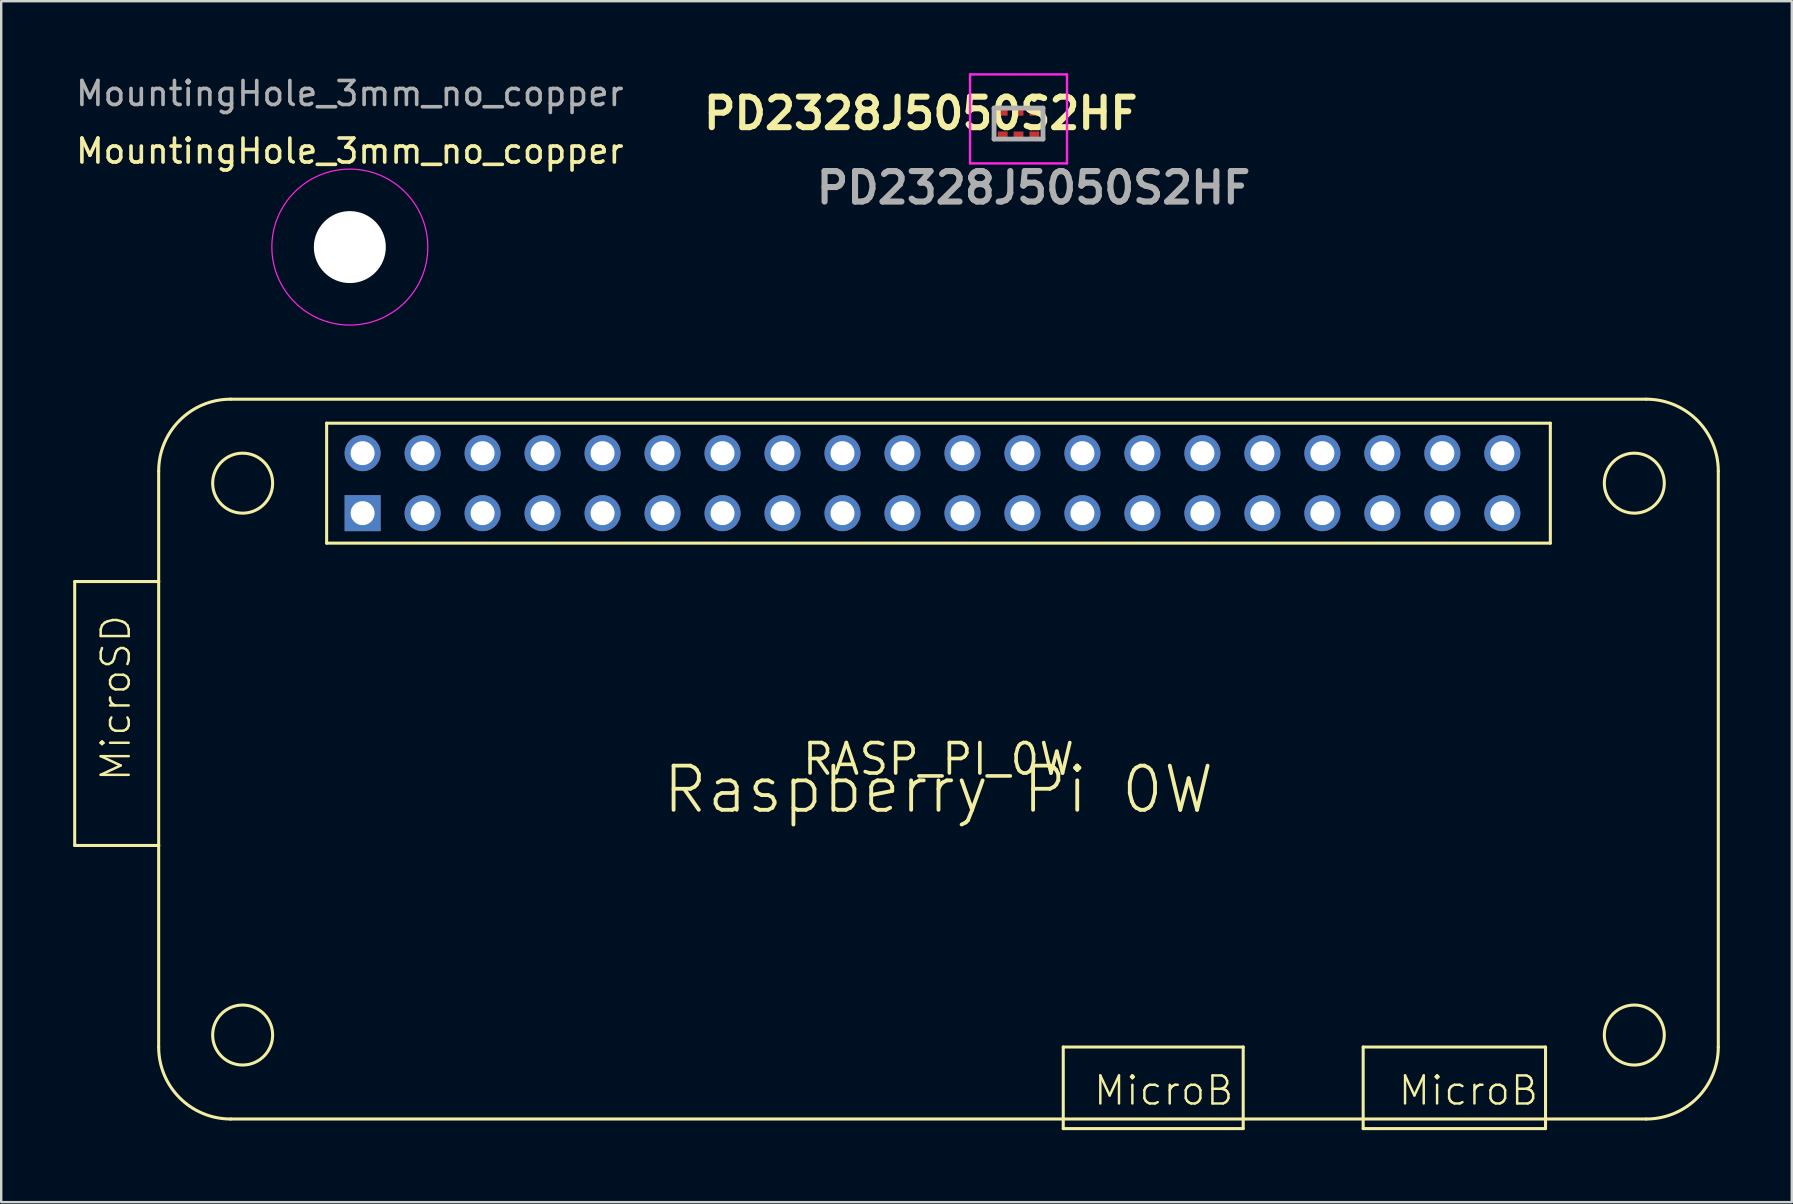
<source format=kicad_pcb>
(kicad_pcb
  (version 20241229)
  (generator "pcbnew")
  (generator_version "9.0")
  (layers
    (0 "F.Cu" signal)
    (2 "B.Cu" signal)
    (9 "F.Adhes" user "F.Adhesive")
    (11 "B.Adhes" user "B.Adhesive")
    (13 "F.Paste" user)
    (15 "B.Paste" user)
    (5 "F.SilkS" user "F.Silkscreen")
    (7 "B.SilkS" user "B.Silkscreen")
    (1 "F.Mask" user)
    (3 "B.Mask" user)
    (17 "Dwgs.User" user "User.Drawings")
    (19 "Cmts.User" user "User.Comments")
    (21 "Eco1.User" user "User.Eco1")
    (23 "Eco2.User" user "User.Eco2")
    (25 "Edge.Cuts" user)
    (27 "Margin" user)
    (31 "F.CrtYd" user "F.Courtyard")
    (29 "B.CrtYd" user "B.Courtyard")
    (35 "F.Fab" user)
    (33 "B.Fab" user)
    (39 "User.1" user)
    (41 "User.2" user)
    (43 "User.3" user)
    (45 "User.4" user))
  (footprint "PD2328J5050S2HF"
    (layer "F.Cu")
    (at 39.399 2.1)
    (property "Reference" "PD2328J5050S2HF" (at -4.075 -0.425 0) (layer "F.SilkS") (effects (font (size 1.27 1.27) (thickness 0.254))))
    (attr smd)
    (fp_line (start 0.6 -1) (end 0.6 -1) (stroke (width 0.1) (type solid)) (layer "F.SilkS"))
    (fp_line (start 0.7 -1) (end 0.7 -1) (stroke (width 0.1) (type solid)) (layer "F.SilkS"))
    (fp_arc (start 0.6 -1) (mid 0.65 -1.05) (end 0.7 -1) (stroke (width 0.1) (type solid)) (layer "F.SilkS"))
    (fp_arc (start 0.7 -1) (mid 0.65 -0.95) (end 0.6 -1) (stroke (width 0.1) (type solid)) (layer "F.SilkS"))
    (fp_line (start -2.02 -2.05) (end 2.02 -2.05) (stroke (width 0.1) (type solid)) (layer "F.CrtYd"))
    (fp_line (start -2.02 1.66) (end -2.02 -2.05) (stroke (width 0.1) (type solid)) (layer "F.CrtYd"))
    (fp_line (start 2.02 -2.05) (end 2.02 1.66) (stroke (width 0.1) (type solid)) (layer "F.CrtYd"))
    (fp_line (start 2.02 1.66) (end -2.02 1.66) (stroke (width 0.1) (type solid)) (layer "F.CrtYd"))
    (fp_line (start -1.02 -0.645) (end 1.02 -0.645) (stroke (width 0.2) (type solid)) (layer "F.Fab"))
    (fp_line (start -1.02 0.645) (end -1.02 -0.645) (stroke (width 0.2) (type solid)) (layer "F.Fab"))
    (fp_line (start 1.02 -0.645) (end 1.02 0.645) (stroke (width 0.2) (type solid)) (layer "F.Fab"))
    (fp_line (start 1.02 0.645) (end -1.02 0.645) (stroke (width 0.2) (type solid)) (layer "F.Fab"))
    (fp_text user "${REFERENCE}" (at 0.625 2.675 0) (layer "F.Fab") (effects (font (size 1.27 1.27) (thickness 0.254))))
    (pad "1" smd rect (at 0.66 -0.495 90) (size 0.33 0.41) (layers "F.Cu" "F.Mask" "F.Paste"))
    (pad "2" smd rect (at 0 -0.495 90) (size 0.33 0.41) (layers "F.Cu" "F.Mask" "F.Paste"))
    (pad "3" smd rect (at -0.66 -0.495 90) (size 0.33 0.41) (layers "F.Cu" "F.Mask" "F.Paste"))
    (pad "4" smd rect (at -0.66 0.495 90) (size 0.33 0.41) (layers "F.Cu" "F.Mask" "F.Paste"))
    (pad "5" smd rect (at 0 0.495 90) (size 0.33 0.41) (layers "F.Cu" "F.Mask" "F.Paste"))
    (pad "6" smd rect (at 0.66 0.495 90) (size 0.33 0.41) (layers "F.Cu" "F.Mask" "F.Paste")))
  (footprint "RASP_PI_0W"
    (layer "F.Cu")
    (at 36.063 28.587)
    (property "Reference" "RASP_PI_0W" (at 0 0 0) (layer "F.SilkS") (effects (font (size 1.27 1.27) (thickness 0.15))))
    (fp_line (start -36 -7.4) (end -32.5 -7.4) (stroke (width 0.127) (type solid)) (layer "F.SilkS"))
    (fp_line (start -36 3.6) (end -36 -7.4) (stroke (width 0.127) (type solid)) (layer "F.SilkS"))
    (fp_line (start -36 3.6) (end -32.5 3.6) (stroke (width 0.127) (type solid)) (layer "F.SilkS"))
    (fp_line (start -32.5 -7.4) (end -32.5 -12) (stroke (width 0.127) (type solid)) (layer "F.SilkS"))
    (fp_line (start -32.5 3.6) (end -32.5 -7.4) (stroke (width 0.127) (type solid)) (layer "F.SilkS"))
    (fp_line (start -32.5 12) (end -32.5 3.6) (stroke (width 0.127) (type solid)) (layer "F.SilkS"))
    (fp_line (start -29.5 -15) (end 29.5 -15) (stroke (width 0.127) (type solid)) (layer "F.SilkS"))
    (fp_line (start -25.5 -14) (end 25.5 -14) (stroke (width 0.127) (type solid)) (layer "F.SilkS"))
    (fp_line (start -25.5 -9) (end -25.5 -14) (stroke (width 0.127) (type solid)) (layer "F.SilkS"))
    (fp_line (start 5.2 12) (end 12.7 12) (stroke (width 0.127) (type solid)) (layer "F.SilkS"))
    (fp_line (start 5.2 15.4) (end 5.2 12) (stroke (width 0.127) (type solid)) (layer "F.SilkS"))
    (fp_line (start 5.2 15.4) (end 12.7 15.4) (stroke (width 0.127) (type solid)) (layer "F.SilkS"))
    (fp_line (start 12.7 15.4) (end 12.7 12) (stroke (width 0.127) (type solid)) (layer "F.SilkS"))
    (fp_line (start 17.7 12) (end 17.7 15.4) (stroke (width 0.127) (type solid)) (layer "F.SilkS"))
    (fp_line (start 17.7 12) (end 25.3 12) (stroke (width 0.127) (type solid)) (layer "F.SilkS"))
    (fp_line (start 17.7 15.4) (end 25.3 15.4) (stroke (width 0.127) (type solid)) (layer "F.SilkS"))
    (fp_line (start 25.3 15.4) (end 25.3 12) (stroke (width 0.127) (type solid)) (layer "F.SilkS"))
    (fp_line (start 25.5 -14) (end 25.5 -9) (stroke (width 0.127) (type solid)) (layer "F.SilkS"))
    (fp_line (start 25.5 -9) (end -25.5 -9) (stroke (width 0.127) (type solid)) (layer "F.SilkS"))
    (fp_line (start 29.5 15) (end -29.5 15) (stroke (width 0.127) (type solid)) (layer "F.SilkS"))
    (fp_line (start 32.5 -12) (end 32.5 12) (stroke (width 0.127) (type solid)) (layer "F.SilkS"))
    (fp_arc (start -32.5 -12) (mid -31.62132 -14.12132) (end -29.5 -15) (stroke (width 0.127) (type solid)) (layer "F.SilkS"))
    (fp_arc (start -29.5 15) (mid -31.62132 14.12132) (end -32.5 12) (stroke (width 0.127) (type solid)) (layer "F.SilkS"))
    (fp_arc (start 29.5 -15) (mid 31.62132 -14.12132) (end 32.5 -12) (stroke (width 0.127) (type solid)) (layer "F.SilkS"))
    (fp_arc (start 32.5 12) (mid 31.62132 14.12132) (end 29.5 15) (stroke (width 0.127) (type solid)) (layer "F.SilkS"))
    (fp_circle (center -29 -11.5) (end -27.75 -11.5) (stroke (width 0.127) (type solid)) (fill no) (layer "F.SilkS"))
    (fp_circle (center -29 11.5) (end -27.75 11.5) (stroke (width 0.127) (type solid)) (fill no) (layer "F.SilkS"))
    (fp_circle (center 29 -11.5) (end 30.25 -11.5) (stroke (width 0.127) (type solid)) (fill no) (layer "F.SilkS"))
    (fp_circle (center 29 11.5) (end 30.25 11.5) (stroke (width 0.127) (type solid)) (fill no) (layer "F.SilkS"))
    (fp_text user "MicroB" (at 6.4 14.5 0) (layer "F.SilkS") (effects (font (size 1.168 1.168) (thickness 0.102)) (justify left bottom)))
    (fp_text user "MicroSD" (at -33.6 1 90) (layer "F.SilkS") (effects (font (size 1.168 1.168) (thickness 0.102)) (justify left bottom)))
    (fp_text user "MicroB" (at 19.1 14.5 0) (layer "F.SilkS") (effects (font (size 1.168 1.168) (thickness 0.102)) (justify left bottom)))
    (fp_text user "Raspberry Pi 0W" (at 0 1.27 0) (layer "F.SilkS") (effects (font (size 1.84 1.84) (thickness 0.16))))
    (pad "5V" thru_hole circle (at -24 -12.75) (size 1.5 1.5) (drill 1) (layers "*.Cu" "*.Mask"))
    (pad "GND" thru_hole rect (at -24 -10.25) (size 1.5 1.5) (drill 1) (layers "*.Cu" "*.Mask"))
    (pad "P$2" thru_hole circle (at -21.5 -12.75) (size 1.5 1.5) (drill 1) (layers "*.Cu" "*.Mask"))
    (pad "P$3" thru_hole circle (at -19 -12.75) (size 1.5 1.5) (drill 1) (layers "*.Cu" "*.Mask"))
    (pad "P$4" thru_hole circle (at -16.5 -12.75) (size 1.5 1.5) (drill 1) (layers "*.Cu" "*.Mask"))
    (pad "P$5" thru_hole circle (at -14 -12.75) (size 1.5 1.5) (drill 1) (layers "*.Cu" "*.Mask"))
    (pad "P$6" thru_hole circle (at -11.5 -12.75) (size 1.5 1.5) (drill 1) (layers "*.Cu" "*.Mask"))
    (pad "P$7" thru_hole circle (at -9 -12.75) (size 1.5 1.5) (drill 1) (layers "*.Cu" "*.Mask"))
    (pad "P$8" thru_hole circle (at -6.5 -12.75) (size 1.5 1.5) (drill 1) (layers "*.Cu" "*.Mask"))
    (pad "P$9" thru_hole circle (at -4 -12.75) (size 1.5 1.5) (drill 1) (layers "*.Cu" "*.Mask"))
    (pad "P$10" thru_hole circle (at -1.5 -12.75) (size 1.5 1.5) (drill 1) (layers "*.Cu" "*.Mask"))
    (pad "P$11" thru_hole circle (at 1 -12.75) (size 1.5 1.5) (drill 1) (layers "*.Cu" "*.Mask"))
    (pad "P$12" thru_hole circle (at 3.5 -12.75) (size 1.5 1.5) (drill 1) (layers "*.Cu" "*.Mask"))
    (pad "P$13" thru_hole circle (at 6 -12.75) (size 1.5 1.5) (drill 1) (layers "*.Cu" "*.Mask"))
    (pad "P$14" thru_hole circle (at 8.5 -12.75) (size 1.5 1.5) (drill 1) (layers "*.Cu" "*.Mask"))
    (pad "P$15" thru_hole circle (at 11 -12.75) (size 1.5 1.5) (drill 1) (layers "*.Cu" "*.Mask"))
    (pad "P$16" thru_hole circle (at 13.5 -12.75) (size 1.5 1.5) (drill 1) (layers "*.Cu" "*.Mask"))
    (pad "P$17" thru_hole circle (at 16 -12.75) (size 1.5 1.5) (drill 1) (layers "*.Cu" "*.Mask"))
    (pad "P$18" thru_hole circle (at 18.5 -12.75) (size 1.5 1.5) (drill 1) (layers "*.Cu" "*.Mask"))
    (pad "P$19" thru_hole circle (at 21 -12.75) (size 1.5 1.5) (drill 1) (layers "*.Cu" "*.Mask"))
    (pad "P$20" thru_hole circle (at 23.5 -12.75) (size 1.5 1.5) (drill 1) (layers "*.Cu" "*.Mask"))
    (pad "P$22" thru_hole circle (at -21.5 -10.25) (size 1.5 1.5) (drill 1) (layers "*.Cu" "*.Mask"))
    (pad "P$23" thru_hole circle (at -19 -10.25) (size 1.5 1.5) (drill 1) (layers "*.Cu" "*.Mask"))
    (pad "P$24" thru_hole circle (at -16.5 -10.25) (size 1.5 1.5) (drill 1) (layers "*.Cu" "*.Mask"))
    (pad "P$25" thru_hole circle (at -14 -10.25) (size 1.5 1.5) (drill 1) (layers "*.Cu" "*.Mask"))
    (pad "P$26" thru_hole circle (at -11.5 -10.25) (size 1.5 1.5) (drill 1) (layers "*.Cu" "*.Mask"))
    (pad "P$27" thru_hole circle (at -9 -10.25) (size 1.5 1.5) (drill 1) (layers "*.Cu" "*.Mask"))
    (pad "P$28" thru_hole circle (at -6.5 -10.25) (size 1.5 1.5) (drill 1) (layers "*.Cu" "*.Mask"))
    (pad "P$29" thru_hole circle (at -4 -10.25) (size 1.5 1.5) (drill 1) (layers "*.Cu" "*.Mask"))
    (pad "P$30" thru_hole circle (at -1.5 -10.25) (size 1.5 1.5) (drill 1) (layers "*.Cu" "*.Mask"))
    (pad "P$31" thru_hole circle (at 1 -10.25) (size 1.5 1.5) (drill 1) (layers "*.Cu" "*.Mask"))
    (pad "P$32" thru_hole circle (at 3.5 -10.25) (size 1.5 1.5) (drill 1) (layers "*.Cu" "*.Mask"))
    (pad "P$33" thru_hole circle (at 6 -10.25) (size 1.5 1.5) (drill 1) (layers "*.Cu" "*.Mask"))
    (pad "P$34" thru_hole circle (at 8.5 -10.25) (size 1.5 1.5) (drill 1) (layers "*.Cu" "*.Mask"))
    (pad "P$35" thru_hole circle (at 11 -10.25) (size 1.5 1.5) (drill 1) (layers "*.Cu" "*.Mask"))
    (pad "P$36" thru_hole circle (at 13.5 -10.25) (size 1.5 1.5) (drill 1) (layers "*.Cu" "*.Mask"))
    (pad "P$37" thru_hole circle (at 16 -10.25) (size 1.5 1.5) (drill 1) (layers "*.Cu" "*.Mask"))
    (pad "P$38" thru_hole circle (at 18.5 -10.25) (size 1.5 1.5) (drill 1) (layers "*.Cu" "*.Mask"))
    (pad "P$39" thru_hole circle (at 21 -10.25) (size 1.5 1.5) (drill 1) (layers "*.Cu" "*.Mask"))
    (pad "P$40" thru_hole circle (at 23.5 -10.25) (size 1.5 1.5) (drill 1) (layers "*.Cu" "*.Mask")))
  (footprint "MountingHole_3mm_no_copper"
    (layer "F.Cu")
    (at 11.53 7.248)
    (property "Reference" "MountingHole_3mm_no_copper" (at 0 -4 0) (layer "F.SilkS") (effects (font (size 1 1) (thickness 0.15))))
    (attr exclude_from_pos_files exclude_from_bom)
    (fp_circle (center 0 0) (end 3.25 0) (stroke (width 0.05) (type solid)) (fill no) (layer "F.CrtYd"))
    (fp_text user "${REFERENCE}" (at 0 -6.4 0) (layer "F.Fab") (effects (font (size 1 1) (thickness 0.15))))
    (pad "" np_thru_hole circle (at 0 0) (size 3 3) (drill 3) (layers "*.Cu" "*.Mask")))
  (gr_rect
    (start -3 -3)
    (end 71.627 47.05)
    (stroke (width 0.1) (type default))
    (fill no)
    (layer "Edge.Cuts")))
</source>
